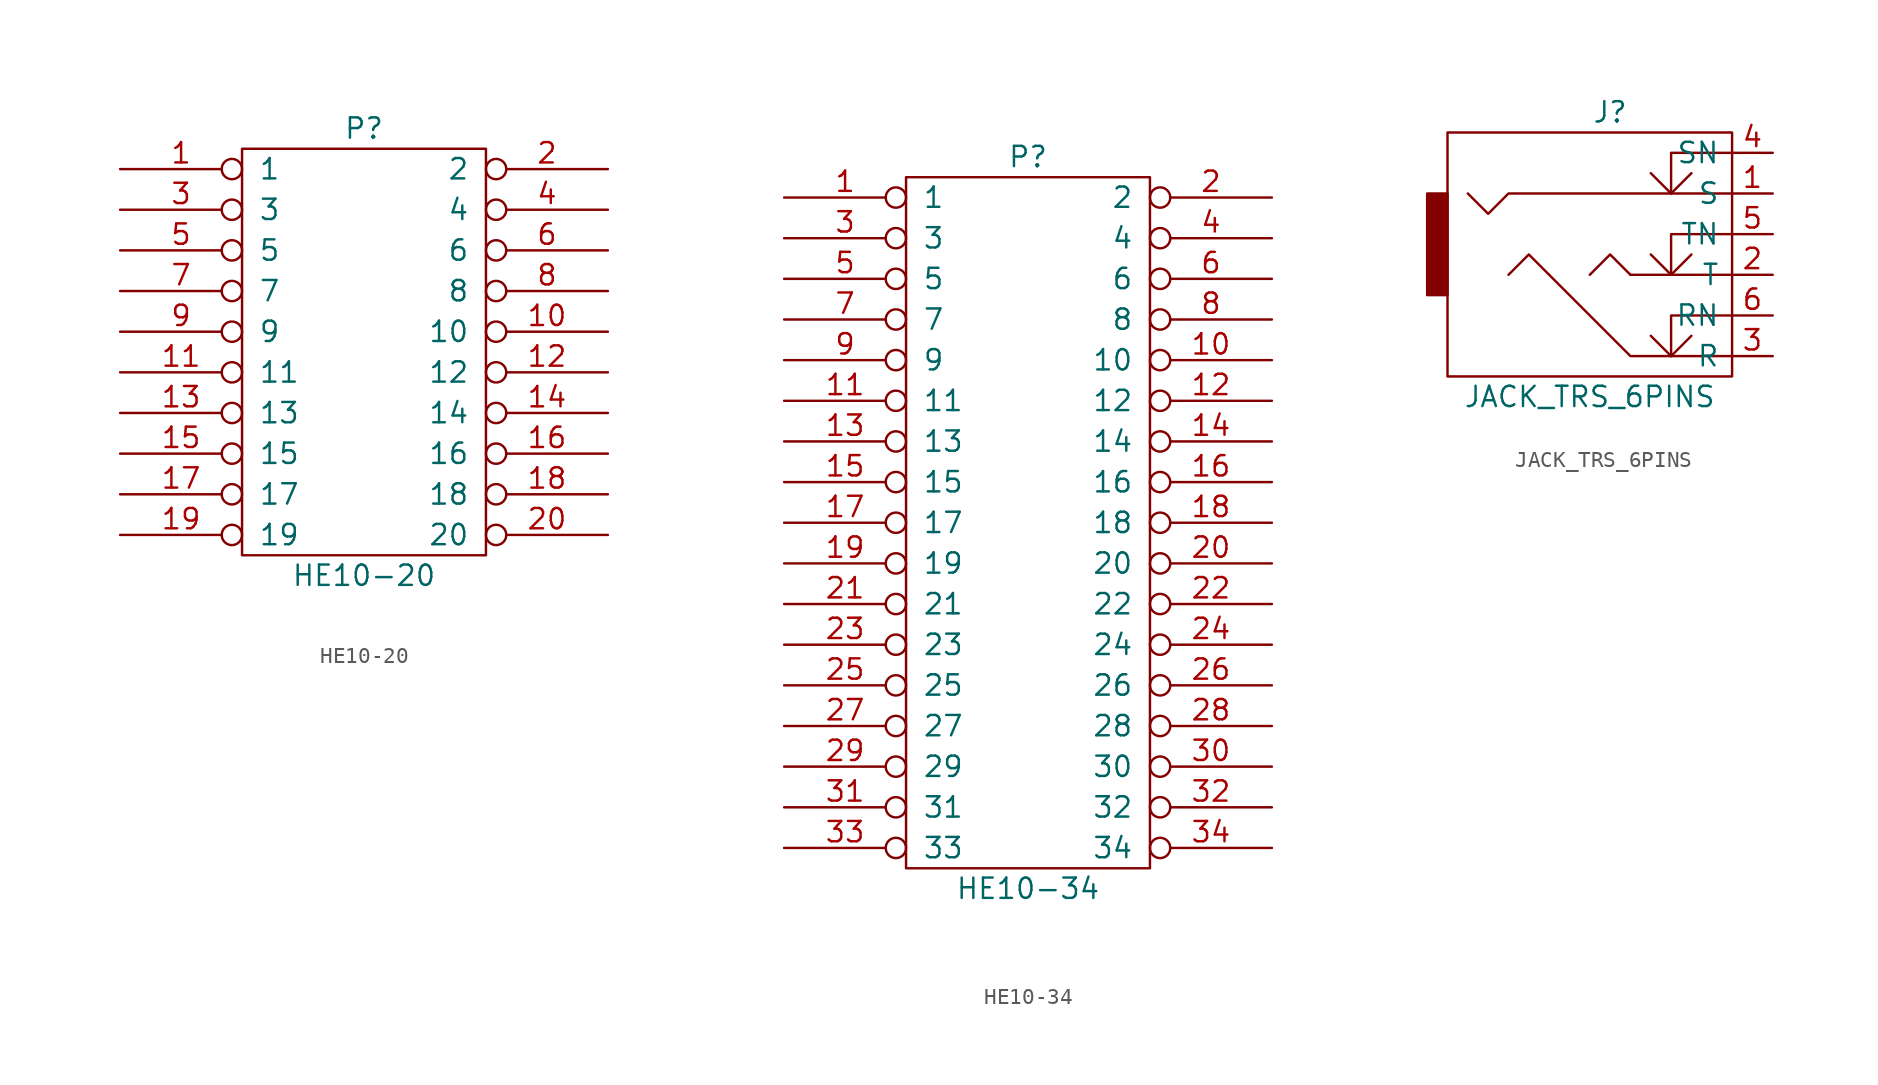
<source format=kicad_sym>
(kicad_symbol_lib
  (version 20211014)
  (generator kicad_symbol_editor)
  (symbol "HE10-20"
    (pin_names
      (offset 1.016))
    (property "Reference" "P"
      (at 0 13.97 0)
      (effects (font (size 1.27 1.27))))
    (property "Value" "HE10-20"
      (at 0 -13.97 0)
      (effects (font (size 1.27 1.27))))
    (property "Footprint" ""
      (at 0 0 0)
      (effects (font (size 1.27 1.27))))
    (property "Datasheet" ""
      (at 0 0 0)
      (effects (font (size 1.27 1.27))))
    (symbol "HE10-20_0_1"
      (rectangle (start -7.62 12.7) (end 7.62 -12.7) (stroke (width 0) (type default) (color 0 0 0 0)) (fill (type none))))
    (symbol "HE10-20_1_1"
      (pin passive inverted (at -15.24 11.43 0) (length 7.62) (name "1" (effects (font (size 1.27 1.27)))) (number "1" (effects (font (size 1.27 1.27)))))
      (pin passive inverted (at 15.24 1.27 180) (length 7.62) (name "10" (effects (font (size 1.27 1.27)))) (number "10" (effects (font (size 1.27 1.27)))))
      (pin passive inverted (at -15.24 -1.27 0) (length 7.62) (name "11" (effects (font (size 1.27 1.27)))) (number "11" (effects (font (size 1.27 1.27)))))
      (pin passive inverted (at 15.24 -1.27 180) (length 7.62) (name "12" (effects (font (size 1.27 1.27)))) (number "12" (effects (font (size 1.27 1.27)))))
      (pin passive inverted (at -15.24 -3.81 0) (length 7.62) (name "13" (effects (font (size 1.27 1.27)))) (number "13" (effects (font (size 1.27 1.27)))))
      (pin passive inverted (at 15.24 -3.81 180) (length 7.62) (name "14" (effects (font (size 1.27 1.27)))) (number "14" (effects (font (size 1.27 1.27)))))
      (pin passive inverted (at -15.24 -6.35 0) (length 7.62) (name "15" (effects (font (size 1.27 1.27)))) (number "15" (effects (font (size 1.27 1.27)))))
      (pin passive inverted (at 15.24 -6.35 180) (length 7.62) (name "16" (effects (font (size 1.27 1.27)))) (number "16" (effects (font (size 1.27 1.27)))))
      (pin passive inverted (at -15.24 -8.89 0) (length 7.62) (name "17" (effects (font (size 1.27 1.27)))) (number "17" (effects (font (size 1.27 1.27)))))
      (pin passive inverted (at 15.24 -8.89 180) (length 7.62) (name "18" (effects (font (size 1.27 1.27)))) (number "18" (effects (font (size 1.27 1.27)))))
      (pin passive inverted (at -15.24 -11.43 0) (length 7.62) (name "19" (effects (font (size 1.27 1.27)))) (number "19" (effects (font (size 1.27 1.27)))))
      (pin passive inverted (at 15.24 11.43 180) (length 7.62) (name "2" (effects (font (size 1.27 1.27)))) (number "2" (effects (font (size 1.27 1.27)))))
      (pin passive inverted (at 15.24 -11.43 180) (length 7.62) (name "20" (effects (font (size 1.27 1.27)))) (number "20" (effects (font (size 1.27 1.27)))))
      (pin passive inverted (at -15.24 8.89 0) (length 7.62) (name "3" (effects (font (size 1.27 1.27)))) (number "3" (effects (font (size 1.27 1.27)))))
      (pin passive inverted (at 15.24 8.89 180) (length 7.62) (name "4" (effects (font (size 1.27 1.27)))) (number "4" (effects (font (size 1.27 1.27)))))
      (pin passive inverted (at -15.24 6.35 0) (length 7.62) (name "5" (effects (font (size 1.27 1.27)))) (number "5" (effects (font (size 1.27 1.27)))))
      (pin passive inverted (at 15.24 6.35 180) (length 7.62) (name "6" (effects (font (size 1.27 1.27)))) (number "6" (effects (font (size 1.27 1.27)))))
      (pin passive inverted (at -15.24 3.81 0) (length 7.62) (name "7" (effects (font (size 1.27 1.27)))) (number "7" (effects (font (size 1.27 1.27)))))
      (pin passive inverted (at 15.24 3.81 180) (length 7.62) (name "8" (effects (font (size 1.27 1.27)))) (number "8" (effects (font (size 1.27 1.27)))))
      (pin passive inverted (at -15.24 1.27 0) (length 7.62) (name "9" (effects (font (size 1.27 1.27)))) (number "9" (effects (font (size 1.27 1.27)))))))
  (symbol "HE10-34"
    (pin_names
      (offset 1.016))
    (property "Reference" "P"
      (at 0 22.86 0)
      (effects (font (size 1.27 1.27))))
    (property "Value" "HE10-34"
      (at 0 -22.86 0)
      (effects (font (size 1.27 1.27))))
    (property "Footprint" ""
      (at 0 0 0)
      (effects (font (size 1.27 1.27))))
    (property "Datasheet" ""
      (at 0 0 0)
      (effects (font (size 1.27 1.27))))
    (symbol "HE10-34_0_1"
      (rectangle (start -7.62 21.59) (end 7.62 -21.59) (stroke (width 0) (type default) (color 0 0 0 0)) (fill (type none))))
    (symbol "HE10-34_1_1"
      (pin passive inverted (at -15.24 20.32 0) (length 7.62) (name "1" (effects (font (size 1.27 1.27)))) (number "1" (effects (font (size 1.27 1.27)))))
      (pin passive inverted (at 15.24 10.16 180) (length 7.62) (name "10" (effects (font (size 1.27 1.27)))) (number "10" (effects (font (size 1.27 1.27)))))
      (pin passive inverted (at -15.24 7.62 0) (length 7.62) (name "11" (effects (font (size 1.27 1.27)))) (number "11" (effects (font (size 1.27 1.27)))))
      (pin passive inverted (at 15.24 7.62 180) (length 7.62) (name "12" (effects (font (size 1.27 1.27)))) (number "12" (effects (font (size 1.27 1.27)))))
      (pin passive inverted (at -15.24 5.08 0) (length 7.62) (name "13" (effects (font (size 1.27 1.27)))) (number "13" (effects (font (size 1.27 1.27)))))
      (pin passive inverted (at 15.24 5.08 180) (length 7.62) (name "14" (effects (font (size 1.27 1.27)))) (number "14" (effects (font (size 1.27 1.27)))))
      (pin passive inverted (at -15.24 2.54 0) (length 7.62) (name "15" (effects (font (size 1.27 1.27)))) (number "15" (effects (font (size 1.27 1.27)))))
      (pin passive inverted (at 15.24 2.54 180) (length 7.62) (name "16" (effects (font (size 1.27 1.27)))) (number "16" (effects (font (size 1.27 1.27)))))
      (pin passive inverted (at -15.24 0 0) (length 7.62) (name "17" (effects (font (size 1.27 1.27)))) (number "17" (effects (font (size 1.27 1.27)))))
      (pin passive inverted (at 15.24 0 180) (length 7.62) (name "18" (effects (font (size 1.27 1.27)))) (number "18" (effects (font (size 1.27 1.27)))))
      (pin passive inverted (at -15.24 -2.54 0) (length 7.62) (name "19" (effects (font (size 1.27 1.27)))) (number "19" (effects (font (size 1.27 1.27)))))
      (pin passive inverted (at 15.24 20.32 180) (length 7.62) (name "2" (effects (font (size 1.27 1.27)))) (number "2" (effects (font (size 1.27 1.27)))))
      (pin passive inverted (at 15.24 -2.54 180) (length 7.62) (name "20" (effects (font (size 1.27 1.27)))) (number "20" (effects (font (size 1.27 1.27)))))
      (pin passive inverted (at -15.24 -5.08 0) (length 7.62) (name "21" (effects (font (size 1.27 1.27)))) (number "21" (effects (font (size 1.27 1.27)))))
      (pin passive inverted (at 15.24 -5.08 180) (length 7.62) (name "22" (effects (font (size 1.27 1.27)))) (number "22" (effects (font (size 1.27 1.27)))))
      (pin passive inverted (at -15.24 -7.62 0) (length 7.62) (name "23" (effects (font (size 1.27 1.27)))) (number "23" (effects (font (size 1.27 1.27)))))
      (pin passive inverted (at 15.24 -7.62 180) (length 7.62) (name "24" (effects (font (size 1.27 1.27)))) (number "24" (effects (font (size 1.27 1.27)))))
      (pin passive inverted (at -15.24 -10.16 0) (length 7.62) (name "25" (effects (font (size 1.27 1.27)))) (number "25" (effects (font (size 1.27 1.27)))))
      (pin passive inverted (at 15.24 -10.16 180) (length 7.62) (name "26" (effects (font (size 1.27 1.27)))) (number "26" (effects (font (size 1.27 1.27)))))
      (pin passive inverted (at -15.24 -12.7 0) (length 7.62) (name "27" (effects (font (size 1.27 1.27)))) (number "27" (effects (font (size 1.27 1.27)))))
      (pin passive inverted (at 15.24 -12.7 180) (length 7.62) (name "28" (effects (font (size 1.27 1.27)))) (number "28" (effects (font (size 1.27 1.27)))))
      (pin passive inverted (at -15.24 -15.24 0) (length 7.62) (name "29" (effects (font (size 1.27 1.27)))) (number "29" (effects (font (size 1.27 1.27)))))
      (pin passive inverted (at -15.24 17.78 0) (length 7.62) (name "3" (effects (font (size 1.27 1.27)))) (number "3" (effects (font (size 1.27 1.27)))))
      (pin passive inverted (at 15.24 -15.24 180) (length 7.62) (name "30" (effects (font (size 1.27 1.27)))) (number "30" (effects (font (size 1.27 1.27)))))
      (pin passive inverted (at -15.24 -17.78 0) (length 7.62) (name "31" (effects (font (size 1.27 1.27)))) (number "31" (effects (font (size 1.27 1.27)))))
      (pin passive inverted (at 15.24 -17.78 180) (length 7.62) (name "32" (effects (font (size 1.27 1.27)))) (number "32" (effects (font (size 1.27 1.27)))))
      (pin passive inverted (at -15.24 -20.32 0) (length 7.62) (name "33" (effects (font (size 1.27 1.27)))) (number "33" (effects (font (size 1.27 1.27)))))
      (pin passive inverted (at 15.24 -20.32 180) (length 7.62) (name "34" (effects (font (size 1.27 1.27)))) (number "34" (effects (font (size 1.27 1.27)))))
      (pin passive inverted (at 15.24 17.78 180) (length 7.62) (name "4" (effects (font (size 1.27 1.27)))) (number "4" (effects (font (size 1.27 1.27)))))
      (pin passive inverted (at -15.24 15.24 0) (length 7.62) (name "5" (effects (font (size 1.27 1.27)))) (number "5" (effects (font (size 1.27 1.27)))))
      (pin passive inverted (at 15.24 15.24 180) (length 7.62) (name "6" (effects (font (size 1.27 1.27)))) (number "6" (effects (font (size 1.27 1.27)))))
      (pin passive inverted (at -15.24 12.7 0) (length 7.62) (name "7" (effects (font (size 1.27 1.27)))) (number "7" (effects (font (size 1.27 1.27)))))
      (pin passive inverted (at 15.24 12.7 180) (length 7.62) (name "8" (effects (font (size 1.27 1.27)))) (number "8" (effects (font (size 1.27 1.27)))))
      (pin passive inverted (at -15.24 10.16 0) (length 7.62) (name "9" (effects (font (size 1.27 1.27)))) (number "9" (effects (font (size 1.27 1.27)))))))
  (symbol "JACK_TRS_6PINS"
    (pin_names
      (offset 0.762))
    (property "Reference" "J"
      (at 0 10.16 0)
      (effects (font (size 1.27 1.27))))
    (property "Value" "JACK_TRS_6PINS"
      (at -1.27 -7.62 0)
      (effects (font (size 1.27 1.27))))
    (property "Footprint" ""
      (at 2.54 -3.81 0)
      (effects (font (size 1.27 1.27))))
    (property "Datasheet" ""
      (at 2.54 -3.81 0)
      (effects (font (size 1.27 1.27))))
    (symbol "JACK_TRS_6PINS_0_0"
      (polyline (pts (xy 3.81 -5.08) (xy 3.81 -2.54) (xy 7.62 -2.54)) (stroke (width 0) (type default) (color 0 0 0 0)) (fill (type none)))
      (polyline (pts (xy 3.81 0) (xy 3.81 2.54) (xy 7.62 2.54)) (stroke (width 0) (type default) (color 0 0 0 0)) (fill (type none)))
      (polyline (pts (xy 3.81 5.08) (xy 3.81 7.62) (xy 7.62 7.62)) (stroke (width 0) (type default) (color 0 0 0 0)) (fill (type none)))
      (polyline (pts (xy -8.89 5.08) (xy -7.62 3.81) (xy -6.35 5.08) (xy 7.62 5.08)) (stroke (width 0) (type default) (color 0 0 0 0)) (fill (type none)))
      (polyline (pts (xy -6.35 0) (xy -5.08 1.27) (xy 1.27 -5.08) (xy 7.62 -5.08)) (stroke (width 0) (type default) (color 0 0 0 0)) (fill (type none))))
    (symbol "JACK_TRS_6PINS_0_1"
      (rectangle (start -11.43 5.08) (end -10.16 -1.27) (stroke (width 0) (type default) (color 0 0 0 0)) (fill (type outline)))
      (polyline (pts (xy 1.27 0) (xy 7.62 0)) (stroke (width 0) (type default) (color 0 0 0 0)) (fill (type none)))
      (polyline (pts (xy 1.27 0) (xy 0 1.27) (xy -1.27 0) (xy -1.27 0)) (stroke (width 0) (type default) (color 0 0 0 0)) (fill (type none)))
      (polyline (pts (xy 2.54 -3.81) (xy 3.81 -5.08) (xy 5.08 -3.81) (xy 5.08 -3.81)) (stroke (width 0) (type default) (color 0 0 0 0)) (fill (type none)))
      (polyline (pts (xy 2.54 1.27) (xy 3.81 0) (xy 5.08 1.27) (xy 5.08 1.27)) (stroke (width 0) (type default) (color 0 0 0 0)) (fill (type none)))
      (polyline (pts (xy 2.54 6.35) (xy 3.81 5.08) (xy 5.08 6.35) (xy 5.08 6.35)) (stroke (width 0) (type default) (color 0 0 0 0)) (fill (type none)))
      (rectangle (start 7.62 -6.35) (end -10.16 8.89) (stroke (width 0) (type default) (color 0 0 0 0)) (fill (type none))))
    (symbol "JACK_TRS_6PINS_1_1"
      (pin passive line (at 10.16 5.08 180) (length 2.54) (name "S" (effects (font (size 1.27 1.27)))) (number "1" (effects (font (size 1.27 1.27)))))
      (pin passive line (at 10.16 0 180) (length 2.54) (name "T" (effects (font (size 1.27 1.27)))) (number "2" (effects (font (size 1.27 1.27)))))
      (pin passive line (at 10.16 -5.08 180) (length 2.54) (name "R" (effects (font (size 1.27 1.27)))) (number "3" (effects (font (size 1.27 1.27)))))
      (pin passive line (at 10.16 7.62 180) (length 2.54) (name "SN" (effects (font (size 1.27 1.27)))) (number "4" (effects (font (size 1.27 1.27)))))
      (pin passive line (at 10.16 2.54 180) (length 2.54) (name "TN" (effects (font (size 1.27 1.27)))) (number "5" (effects (font (size 1.27 1.27)))))
      (pin passive line (at 10.16 -2.54 180) (length 2.54) (name "RN" (effects (font (size 1.27 1.27)))) (number "6" (effects (font (size 1.27 1.27))))))))
</source>
